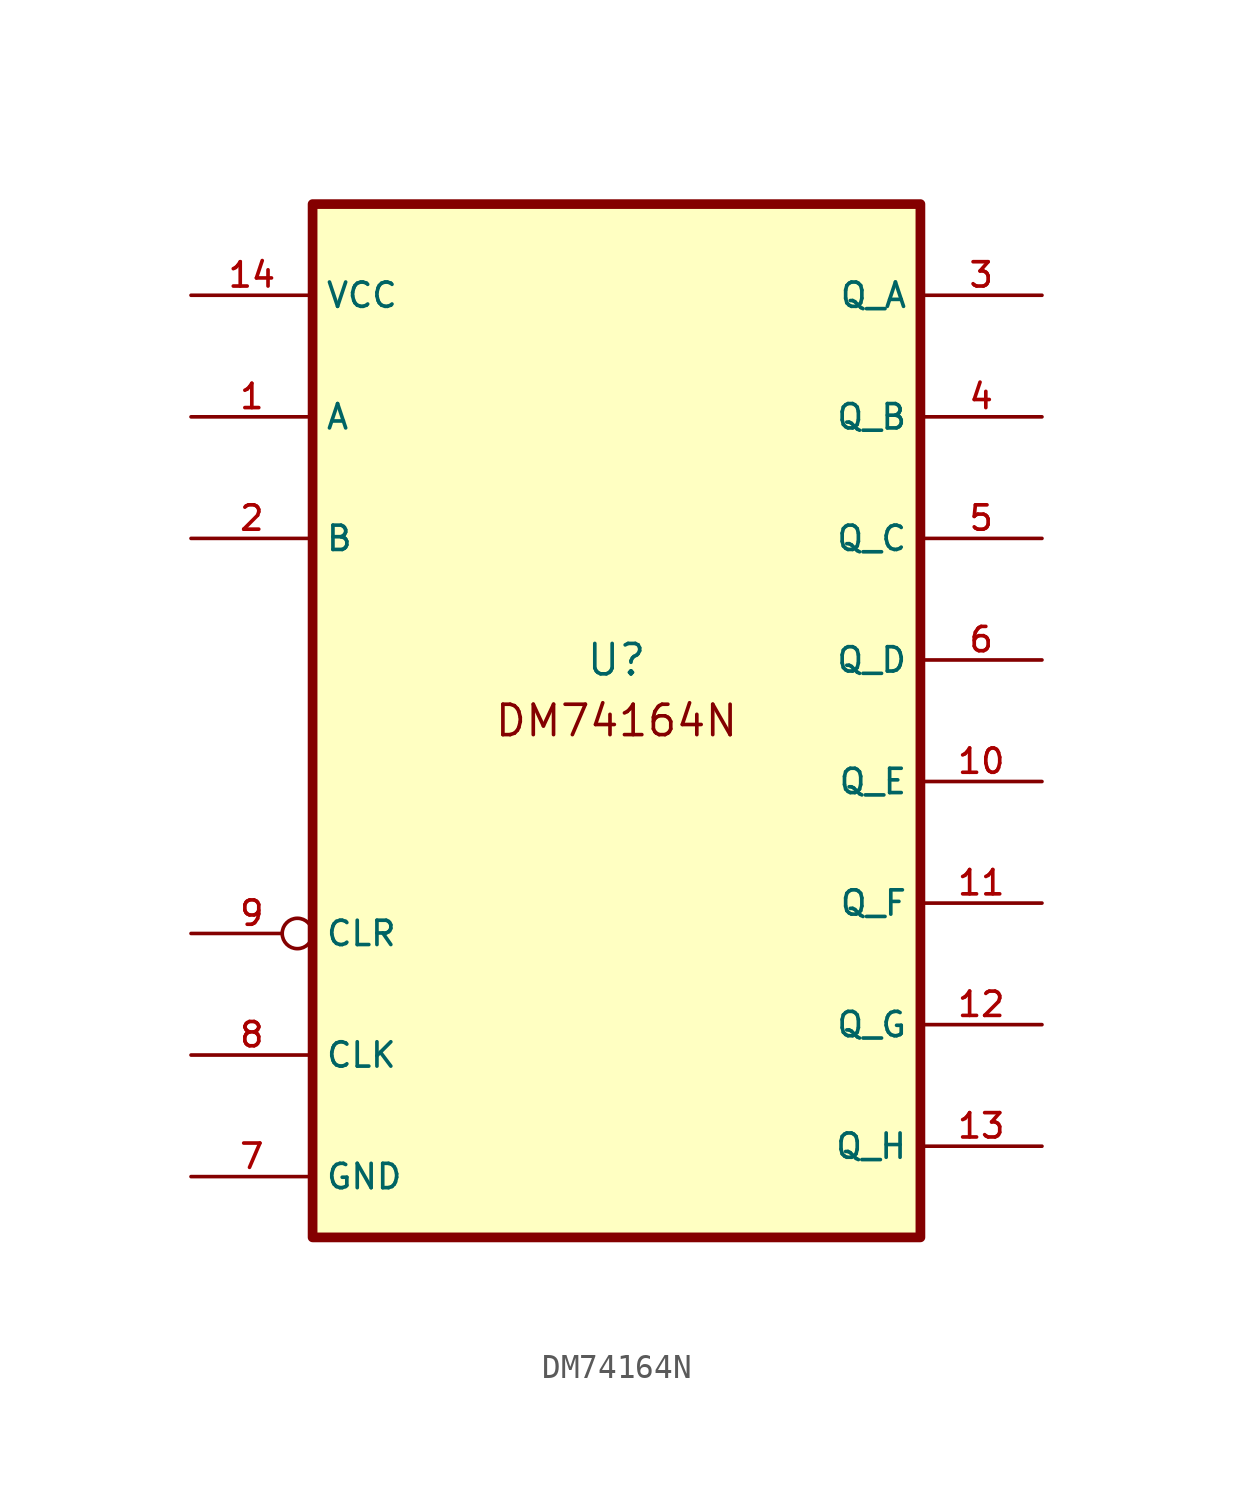
<source format=kicad_sym>
(kicad_symbol_lib
  (version 20220914)
  (generator kicad_symbol_editor)
  (symbol "DM74164N"
    (property "Reference" "U"
      (at 0 1.27 0)
      (effects (font (size 1.27 1.27))))
    (property "Value" ""
      (at 0 0 0)
      (effects (font (size 1.27 1.27))))
    (symbol "DM74164N_0_0"
      (rectangle (start -12.7 20.32) (end 12.7 -22.86) (stroke (width 0.406) (type default)) (fill (type background)))
      (pin power_in line (at -17.78 16.51 0) (length 5.08) (name "VCC" (effects (font (size 1.016 1.016)))) (number "14" (effects (font (size 1.016 1.016)))))
      (pin passive line (at -17.78 -20.32 0) (length 5.08) (name "GND" (effects (font (size 1.016 1.016)))) (number "7" (effects (font (size 1.016 1.016))))))
    (symbol "DM74164N_1_0"
      (pin input line (at -17.78 11.43 0) (length 5.08) (name "A" (effects (font (size 1.016 1.016)))) (number "1" (effects (font (size 1.016 1.016)))))
      (pin output line (at 17.78 -3.81 180) (length 5.08) (name "Q_E" (effects (font (size 1.016 1.016)))) (number "10" (effects (font (size 1.016 1.016)))))
      (pin output line (at 17.78 -8.89 180) (length 5.08) (name "Q_F" (effects (font (size 1.016 1.016)))) (number "11" (effects (font (size 1.016 1.016)))))
      (pin output line (at 17.78 -13.97 180) (length 5.08) (name "Q_G" (effects (font (size 1.016 1.016)))) (number "12" (effects (font (size 1.016 1.016)))))
      (pin output line (at 17.78 -19.05 180) (length 5.08) (name "Q_H" (effects (font (size 1.016 1.016)))) (number "13" (effects (font (size 1.016 1.016)))))
      (pin input line (at -17.78 6.35 0) (length 5.08) (name "B" (effects (font (size 1.016 1.016)))) (number "2" (effects (font (size 1.016 1.016)))))
      (pin output line (at 17.78 16.51 180) (length 5.08) (name "Q_A" (effects (font (size 1.016 1.016)))) (number "3" (effects (font (size 1.016 1.016)))))
      (pin output line (at 17.78 11.43 180) (length 5.08) (name "Q_B" (effects (font (size 1.016 1.016)))) (number "4" (effects (font (size 1.016 1.016)))))
      (pin output line (at 17.78 6.35 180) (length 5.08) (name "Q_C" (effects (font (size 1.016 1.016)))) (number "5" (effects (font (size 1.016 1.016)))))
      (pin output line (at 17.78 1.27 180) (length 5.08) (name "Q_D" (effects (font (size 1.016 1.016)))) (number "6" (effects (font (size 1.016 1.016)))))
      (pin input line (at -17.78 -15.24 0) (length 5.08) (name "CLK" (effects (font (size 1.016 1.016)))) (number "8" (effects (font (size 1.016 1.016)))))
      (pin input inverted (at -17.78 -10.16 0) (length 5.08) (name "CLR" (effects (font (size 1.016 1.016)))) (number "9" (effects (font (size 1.016 1.016))))))
    (symbol "DM74164N_1_1"
      (text "DM74164N\n" (at 0 -1.27 0) (effects (font (size 1.27 1.27)))))))
</source>
